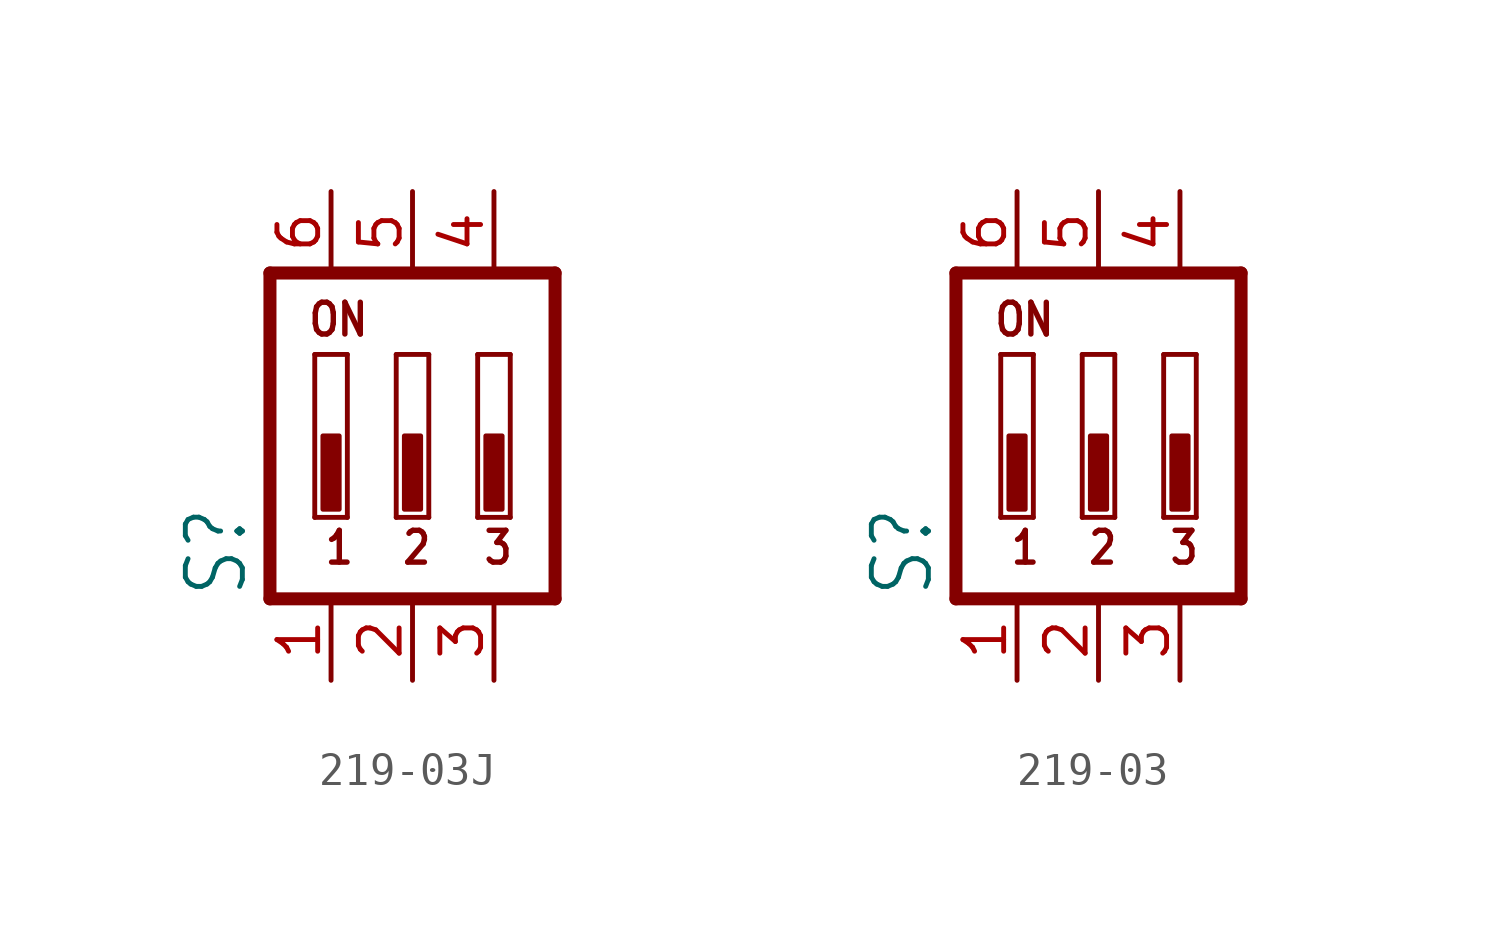
<source format=kicad_sym>
(kicad_symbol_lib
  (version 20220914)
  (generator kicad_symbol_editor)
  (symbol "219-03J"
    (property "Reference" "S"
      (at -5.08 -5.08 90)
      (effects (font (size 1.778 1.511)) (justify left bottom)))
    (property "Value" ""
      (at 6.985 -5.08 90)
      (effects (font (size 1.778 1.511)) (justify left bottom)))
    (property "ki_locked" ""
      (at 0 0 0)
      (effects (font (size 1.27 1.27))))
    (symbol "219-03J_1_0"
      (rectangle (start -2.794 -2.286) (end -2.286 0) (stroke (width 0) (type default)) (fill (type outline)))
      (rectangle (start -0.254 -2.286) (end 0.254 0) (stroke (width 0) (type default)) (fill (type outline)))
      (polyline (pts (xy -4.445 -5.08) (xy 4.445 -5.08)) (stroke (width 0.406) (type solid)) (fill (type none)))
      (polyline (pts (xy -4.445 5.08) (xy -4.445 -5.08)) (stroke (width 0.406) (type solid)) (fill (type none)))
      (polyline (pts (xy -3.048 -2.54) (xy -3.048 2.54)) (stroke (width 0.152) (type solid)) (fill (type none)))
      (polyline (pts (xy -3.048 2.54) (xy -2.032 2.54)) (stroke (width 0.152) (type solid)) (fill (type none)))
      (polyline (pts (xy -2.032 -2.54) (xy -3.048 -2.54)) (stroke (width 0.152) (type solid)) (fill (type none)))
      (polyline (pts (xy -2.032 2.54) (xy -2.032 -2.54)) (stroke (width 0.152) (type solid)) (fill (type none)))
      (polyline (pts (xy -0.508 -2.54) (xy -0.508 2.54)) (stroke (width 0.152) (type solid)) (fill (type none)))
      (polyline (pts (xy -0.508 2.54) (xy 0.508 2.54)) (stroke (width 0.152) (type solid)) (fill (type none)))
      (polyline (pts (xy 0.508 -2.54) (xy -0.508 -2.54)) (stroke (width 0.152) (type solid)) (fill (type none)))
      (polyline (pts (xy 0.508 2.54) (xy 0.508 -2.54)) (stroke (width 0.152) (type solid)) (fill (type none)))
      (polyline (pts (xy 2.032 -2.54) (xy 2.032 2.54)) (stroke (width 0.152) (type solid)) (fill (type none)))
      (polyline (pts (xy 2.032 2.54) (xy 3.048 2.54)) (stroke (width 0.152) (type solid)) (fill (type none)))
      (polyline (pts (xy 3.048 -2.54) (xy 2.032 -2.54)) (stroke (width 0.152) (type solid)) (fill (type none)))
      (polyline (pts (xy 3.048 2.54) (xy 3.048 -2.54)) (stroke (width 0.152) (type solid)) (fill (type none)))
      (polyline (pts (xy 4.445 5.08) (xy -4.445 5.08)) (stroke (width 0.406) (type solid)) (fill (type none)))
      (polyline (pts (xy 4.445 5.08) (xy 4.445 -5.08)) (stroke (width 0.406) (type solid)) (fill (type none)))
      (rectangle (start 2.286 -2.286) (end 2.794 0) (stroke (width 0) (type default)) (fill (type outline)))
      (text "1" (at -2.794 -4.064 0) (effects (font (size 0.991 0.842) (thickness 0.168) bold) (justify left bottom)))
      (text "2" (at -0.381 -4.064 0) (effects (font (size 0.991 0.842) (thickness 0.168) bold) (justify left bottom)))
      (text "3" (at 2.159 -4.064 0) (effects (font (size 0.991 0.842) (thickness 0.168) bold) (justify left bottom)))
      (text "ON" (at -3.302 3.048 0) (effects (font (size 0.991 0.842) (thickness 0.168) bold) (justify left bottom)))
      (pin passive line (at -2.54 -7.62 90) (length 2.54) (name "1" (effects (font (size 0 0)))) (number "1" (effects (font (size 1.27 1.27)))))
      (pin passive line (at 0 -7.62 90) (length 2.54) (name "2" (effects (font (size 0 0)))) (number "2" (effects (font (size 1.27 1.27)))))
      (pin passive line (at 2.54 -7.62 90) (length 2.54) (name "3" (effects (font (size 0 0)))) (number "3" (effects (font (size 1.27 1.27)))))
      (pin passive line (at 2.54 7.62 270) (length 2.54) (name "4" (effects (font (size 0 0)))) (number "4" (effects (font (size 1.27 1.27)))))
      (pin passive line (at 0 7.62 270) (length 2.54) (name "5" (effects (font (size 0 0)))) (number "5" (effects (font (size 1.27 1.27)))))
      (pin passive line (at -2.54 7.62 270) (length 2.54) (name "6" (effects (font (size 0 0)))) (number "6" (effects (font (size 1.27 1.27)))))))
  (symbol "219-03"
    (property "Reference" "S"
      (at -5.08 -5.08 90)
      (effects (font (size 1.778 1.511)) (justify left bottom)))
    (property "Value" ""
      (at 6.985 -5.08 90)
      (effects (font (size 1.778 1.511)) (justify left bottom)))
    (property "ki_locked" ""
      (at 0 0 0)
      (effects (font (size 1.27 1.27))))
    (symbol "219-03_1_0"
      (rectangle (start -2.794 -2.286) (end -2.286 0) (stroke (width 0) (type default)) (fill (type outline)))
      (rectangle (start -0.254 -2.286) (end 0.254 0) (stroke (width 0) (type default)) (fill (type outline)))
      (polyline (pts (xy -4.445 -5.08) (xy 4.445 -5.08)) (stroke (width 0.406) (type solid)) (fill (type none)))
      (polyline (pts (xy -4.445 5.08) (xy -4.445 -5.08)) (stroke (width 0.406) (type solid)) (fill (type none)))
      (polyline (pts (xy -3.048 -2.54) (xy -3.048 2.54)) (stroke (width 0.152) (type solid)) (fill (type none)))
      (polyline (pts (xy -3.048 2.54) (xy -2.032 2.54)) (stroke (width 0.152) (type solid)) (fill (type none)))
      (polyline (pts (xy -2.032 -2.54) (xy -3.048 -2.54)) (stroke (width 0.152) (type solid)) (fill (type none)))
      (polyline (pts (xy -2.032 2.54) (xy -2.032 -2.54)) (stroke (width 0.152) (type solid)) (fill (type none)))
      (polyline (pts (xy -0.508 -2.54) (xy -0.508 2.54)) (stroke (width 0.152) (type solid)) (fill (type none)))
      (polyline (pts (xy -0.508 2.54) (xy 0.508 2.54)) (stroke (width 0.152) (type solid)) (fill (type none)))
      (polyline (pts (xy 0.508 -2.54) (xy -0.508 -2.54)) (stroke (width 0.152) (type solid)) (fill (type none)))
      (polyline (pts (xy 0.508 2.54) (xy 0.508 -2.54)) (stroke (width 0.152) (type solid)) (fill (type none)))
      (polyline (pts (xy 2.032 -2.54) (xy 2.032 2.54)) (stroke (width 0.152) (type solid)) (fill (type none)))
      (polyline (pts (xy 2.032 2.54) (xy 3.048 2.54)) (stroke (width 0.152) (type solid)) (fill (type none)))
      (polyline (pts (xy 3.048 -2.54) (xy 2.032 -2.54)) (stroke (width 0.152) (type solid)) (fill (type none)))
      (polyline (pts (xy 3.048 2.54) (xy 3.048 -2.54)) (stroke (width 0.152) (type solid)) (fill (type none)))
      (polyline (pts (xy 4.445 5.08) (xy -4.445 5.08)) (stroke (width 0.406) (type solid)) (fill (type none)))
      (polyline (pts (xy 4.445 5.08) (xy 4.445 -5.08)) (stroke (width 0.406) (type solid)) (fill (type none)))
      (rectangle (start 2.286 -2.286) (end 2.794 0) (stroke (width 0) (type default)) (fill (type outline)))
      (text "1" (at -2.794 -4.064 0) (effects (font (size 0.991 0.842) (thickness 0.168) bold) (justify left bottom)))
      (text "2" (at -0.381 -4.064 0) (effects (font (size 0.991 0.842) (thickness 0.168) bold) (justify left bottom)))
      (text "3" (at 2.159 -4.064 0) (effects (font (size 0.991 0.842) (thickness 0.168) bold) (justify left bottom)))
      (text "ON" (at -3.302 3.048 0) (effects (font (size 0.991 0.842) (thickness 0.168) bold) (justify left bottom)))
      (pin passive line (at -2.54 -7.62 90) (length 2.54) (name "1" (effects (font (size 0 0)))) (number "1" (effects (font (size 1.27 1.27)))))
      (pin passive line (at 0 -7.62 90) (length 2.54) (name "2" (effects (font (size 0 0)))) (number "2" (effects (font (size 1.27 1.27)))))
      (pin passive line (at 2.54 -7.62 90) (length 2.54) (name "3" (effects (font (size 0 0)))) (number "3" (effects (font (size 1.27 1.27)))))
      (pin passive line (at 2.54 7.62 270) (length 2.54) (name "4" (effects (font (size 0 0)))) (number "4" (effects (font (size 1.27 1.27)))))
      (pin passive line (at 0 7.62 270) (length 2.54) (name "5" (effects (font (size 0 0)))) (number "5" (effects (font (size 1.27 1.27)))))
      (pin passive line (at -2.54 7.62 270) (length 2.54) (name "6" (effects (font (size 0 0)))) (number "6" (effects (font (size 1.27 1.27))))))))
</source>
